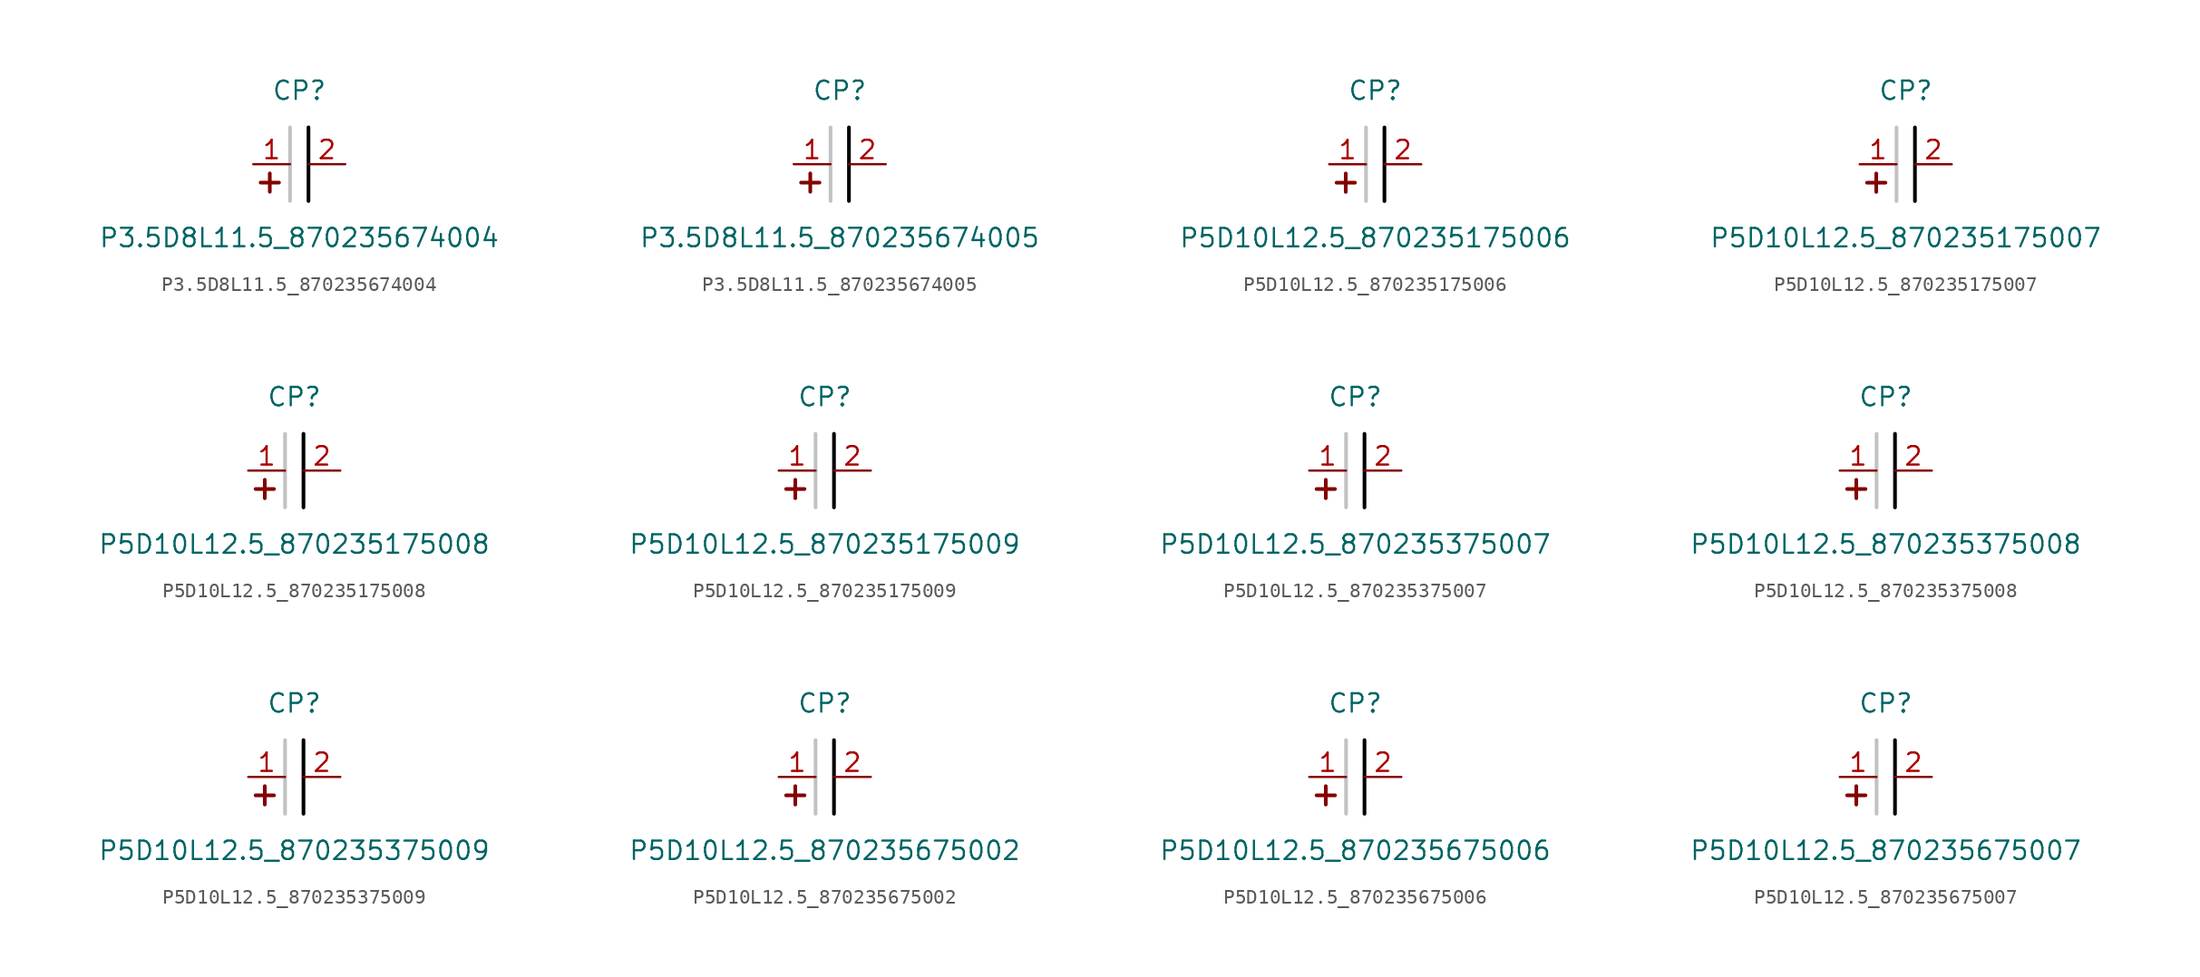
<source format=kicad_sym>
(kicad_symbol_lib
  (version 20220914)
  (generator kicad_symbol_editor)
  (symbol "P3.5D8L11.5_870235674004"
    (pin_names hide)
    (property "Reference" "CP"
      (at 0 5.08 0)
      (effects (font (size 1.27 1.27))))
    (property "Value" "P3.5D8L11.5_870235674004"
      (at 0 -5.08 0)
      (effects (font (size 1.27 1.27))))
    (symbol "P3.5D8L11.5_870235674004_1_1"
      (polyline (pts (xy -2.667 -1.27) (xy -1.397 -1.27)) (stroke (width 0.254) (type default)) (fill (type none)))
      (polyline (pts (xy -2.032 -0.635) (xy -2.032 -1.905)) (stroke (width 0.254) (type default)) (fill (type none)))
      (polyline (pts (xy -0.635 2.54) (xy -0.635 -2.54)) (stroke (width 0.254) (type default) (color 194 194 194 1)) (fill (type none)))
      (polyline (pts (xy 0.635 2.54) (xy 0.635 -2.54)) (stroke (width 0.254) (type default) (color 0 0 0 1)) (fill (type none)))
      (pin passive line (at -3.175 0 0) (length 2.54) (name "1" (effects (font (size 1.27 1.27)))) (number "1" (effects (font (size 1.27 1.27)))))
      (pin passive line (at 3.175 0 180) (length 2.54) (name "2" (effects (font (size 1.27 1.27)))) (number "2" (effects (font (size 1.27 1.27)))))))
  (symbol "P3.5D8L11.5_870235674005"
    (pin_names hide)
    (property "Reference" "CP"
      (at 0 5.08 0)
      (effects (font (size 1.27 1.27))))
    (property "Value" "P3.5D8L11.5_870235674005"
      (at 0 -5.08 0)
      (effects (font (size 1.27 1.27))))
    (symbol "P3.5D8L11.5_870235674005_1_1"
      (polyline (pts (xy -2.667 -1.27) (xy -1.397 -1.27)) (stroke (width 0.254) (type default)) (fill (type none)))
      (polyline (pts (xy -2.032 -0.635) (xy -2.032 -1.905)) (stroke (width 0.254) (type default)) (fill (type none)))
      (polyline (pts (xy -0.635 2.54) (xy -0.635 -2.54)) (stroke (width 0.254) (type default) (color 194 194 194 1)) (fill (type none)))
      (polyline (pts (xy 0.635 2.54) (xy 0.635 -2.54)) (stroke (width 0.254) (type default) (color 0 0 0 1)) (fill (type none)))
      (pin passive line (at -3.175 0 0) (length 2.54) (name "1" (effects (font (size 1.27 1.27)))) (number "1" (effects (font (size 1.27 1.27)))))
      (pin passive line (at 3.175 0 180) (length 2.54) (name "2" (effects (font (size 1.27 1.27)))) (number "2" (effects (font (size 1.27 1.27)))))))
  (symbol "P5D10L12.5_870235175006"
    (pin_names hide)
    (property "Reference" "CP"
      (at 0 5.08 0)
      (effects (font (size 1.27 1.27))))
    (property "Value" "P5D10L12.5_870235175006"
      (at 0 -5.08 0)
      (effects (font (size 1.27 1.27))))
    (symbol "P5D10L12.5_870235175006_1_1"
      (polyline (pts (xy -2.667 -1.27) (xy -1.397 -1.27)) (stroke (width 0.254) (type default)) (fill (type none)))
      (polyline (pts (xy -2.032 -0.635) (xy -2.032 -1.905)) (stroke (width 0.254) (type default)) (fill (type none)))
      (polyline (pts (xy -0.635 2.54) (xy -0.635 -2.54)) (stroke (width 0.254) (type default) (color 194 194 194 1)) (fill (type none)))
      (polyline (pts (xy 0.635 2.54) (xy 0.635 -2.54)) (stroke (width 0.254) (type default) (color 0 0 0 1)) (fill (type none)))
      (pin passive line (at -3.175 0 0) (length 2.54) (name "1" (effects (font (size 1.27 1.27)))) (number "1" (effects (font (size 1.27 1.27)))))
      (pin passive line (at 3.175 0 180) (length 2.54) (name "2" (effects (font (size 1.27 1.27)))) (number "2" (effects (font (size 1.27 1.27)))))))
  (symbol "P5D10L12.5_870235175007"
    (pin_names hide)
    (property "Reference" "CP"
      (at 0 5.08 0)
      (effects (font (size 1.27 1.27))))
    (property "Value" "P5D10L12.5_870235175007"
      (at 0 -5.08 0)
      (effects (font (size 1.27 1.27))))
    (symbol "P5D10L12.5_870235175007_1_1"
      (polyline (pts (xy -2.667 -1.27) (xy -1.397 -1.27)) (stroke (width 0.254) (type default)) (fill (type none)))
      (polyline (pts (xy -2.032 -0.635) (xy -2.032 -1.905)) (stroke (width 0.254) (type default)) (fill (type none)))
      (polyline (pts (xy -0.635 2.54) (xy -0.635 -2.54)) (stroke (width 0.254) (type default) (color 194 194 194 1)) (fill (type none)))
      (polyline (pts (xy 0.635 2.54) (xy 0.635 -2.54)) (stroke (width 0.254) (type default) (color 0 0 0 1)) (fill (type none)))
      (pin passive line (at -3.175 0 0) (length 2.54) (name "1" (effects (font (size 1.27 1.27)))) (number "1" (effects (font (size 1.27 1.27)))))
      (pin passive line (at 3.175 0 180) (length 2.54) (name "2" (effects (font (size 1.27 1.27)))) (number "2" (effects (font (size 1.27 1.27)))))))
  (symbol "P5D10L12.5_870235175008"
    (pin_names hide)
    (property "Reference" "CP"
      (at 0 5.08 0)
      (effects (font (size 1.27 1.27))))
    (property "Value" "P5D10L12.5_870235175008"
      (at 0 -5.08 0)
      (effects (font (size 1.27 1.27))))
    (symbol "P5D10L12.5_870235175008_1_1"
      (polyline (pts (xy -2.667 -1.27) (xy -1.397 -1.27)) (stroke (width 0.254) (type default)) (fill (type none)))
      (polyline (pts (xy -2.032 -0.635) (xy -2.032 -1.905)) (stroke (width 0.254) (type default)) (fill (type none)))
      (polyline (pts (xy -0.635 2.54) (xy -0.635 -2.54)) (stroke (width 0.254) (type default) (color 194 194 194 1)) (fill (type none)))
      (polyline (pts (xy 0.635 2.54) (xy 0.635 -2.54)) (stroke (width 0.254) (type default) (color 0 0 0 1)) (fill (type none)))
      (pin passive line (at -3.175 0 0) (length 2.54) (name "1" (effects (font (size 1.27 1.27)))) (number "1" (effects (font (size 1.27 1.27)))))
      (pin passive line (at 3.175 0 180) (length 2.54) (name "2" (effects (font (size 1.27 1.27)))) (number "2" (effects (font (size 1.27 1.27)))))))
  (symbol "P5D10L12.5_870235175009"
    (pin_names hide)
    (property "Reference" "CP"
      (at 0 5.08 0)
      (effects (font (size 1.27 1.27))))
    (property "Value" "P5D10L12.5_870235175009"
      (at 0 -5.08 0)
      (effects (font (size 1.27 1.27))))
    (symbol "P5D10L12.5_870235175009_1_1"
      (polyline (pts (xy -2.667 -1.27) (xy -1.397 -1.27)) (stroke (width 0.254) (type default)) (fill (type none)))
      (polyline (pts (xy -2.032 -0.635) (xy -2.032 -1.905)) (stroke (width 0.254) (type default)) (fill (type none)))
      (polyline (pts (xy -0.635 2.54) (xy -0.635 -2.54)) (stroke (width 0.254) (type default) (color 194 194 194 1)) (fill (type none)))
      (polyline (pts (xy 0.635 2.54) (xy 0.635 -2.54)) (stroke (width 0.254) (type default) (color 0 0 0 1)) (fill (type none)))
      (pin passive line (at -3.175 0 0) (length 2.54) (name "1" (effects (font (size 1.27 1.27)))) (number "1" (effects (font (size 1.27 1.27)))))
      (pin passive line (at 3.175 0 180) (length 2.54) (name "2" (effects (font (size 1.27 1.27)))) (number "2" (effects (font (size 1.27 1.27)))))))
  (symbol "P5D10L12.5_870235375007"
    (pin_names hide)
    (property "Reference" "CP"
      (at 0 5.08 0)
      (effects (font (size 1.27 1.27))))
    (property "Value" "P5D10L12.5_870235375007"
      (at 0 -5.08 0)
      (effects (font (size 1.27 1.27))))
    (symbol "P5D10L12.5_870235375007_1_1"
      (polyline (pts (xy -2.667 -1.27) (xy -1.397 -1.27)) (stroke (width 0.254) (type default)) (fill (type none)))
      (polyline (pts (xy -2.032 -0.635) (xy -2.032 -1.905)) (stroke (width 0.254) (type default)) (fill (type none)))
      (polyline (pts (xy -0.635 2.54) (xy -0.635 -2.54)) (stroke (width 0.254) (type default) (color 194 194 194 1)) (fill (type none)))
      (polyline (pts (xy 0.635 2.54) (xy 0.635 -2.54)) (stroke (width 0.254) (type default) (color 0 0 0 1)) (fill (type none)))
      (pin passive line (at -3.175 0 0) (length 2.54) (name "1" (effects (font (size 1.27 1.27)))) (number "1" (effects (font (size 1.27 1.27)))))
      (pin passive line (at 3.175 0 180) (length 2.54) (name "2" (effects (font (size 1.27 1.27)))) (number "2" (effects (font (size 1.27 1.27)))))))
  (symbol "P5D10L12.5_870235375008"
    (pin_names hide)
    (property "Reference" "CP"
      (at 0 5.08 0)
      (effects (font (size 1.27 1.27))))
    (property "Value" "P5D10L12.5_870235375008"
      (at 0 -5.08 0)
      (effects (font (size 1.27 1.27))))
    (symbol "P5D10L12.5_870235375008_1_1"
      (polyline (pts (xy -2.667 -1.27) (xy -1.397 -1.27)) (stroke (width 0.254) (type default)) (fill (type none)))
      (polyline (pts (xy -2.032 -0.635) (xy -2.032 -1.905)) (stroke (width 0.254) (type default)) (fill (type none)))
      (polyline (pts (xy -0.635 2.54) (xy -0.635 -2.54)) (stroke (width 0.254) (type default) (color 194 194 194 1)) (fill (type none)))
      (polyline (pts (xy 0.635 2.54) (xy 0.635 -2.54)) (stroke (width 0.254) (type default) (color 0 0 0 1)) (fill (type none)))
      (pin passive line (at -3.175 0 0) (length 2.54) (name "1" (effects (font (size 1.27 1.27)))) (number "1" (effects (font (size 1.27 1.27)))))
      (pin passive line (at 3.175 0 180) (length 2.54) (name "2" (effects (font (size 1.27 1.27)))) (number "2" (effects (font (size 1.27 1.27)))))))
  (symbol "P5D10L12.5_870235375009"
    (pin_names hide)
    (property "Reference" "CP"
      (at 0 5.08 0)
      (effects (font (size 1.27 1.27))))
    (property "Value" "P5D10L12.5_870235375009"
      (at 0 -5.08 0)
      (effects (font (size 1.27 1.27))))
    (symbol "P5D10L12.5_870235375009_1_1"
      (polyline (pts (xy -2.667 -1.27) (xy -1.397 -1.27)) (stroke (width 0.254) (type default)) (fill (type none)))
      (polyline (pts (xy -2.032 -0.635) (xy -2.032 -1.905)) (stroke (width 0.254) (type default)) (fill (type none)))
      (polyline (pts (xy -0.635 2.54) (xy -0.635 -2.54)) (stroke (width 0.254) (type default) (color 194 194 194 1)) (fill (type none)))
      (polyline (pts (xy 0.635 2.54) (xy 0.635 -2.54)) (stroke (width 0.254) (type default) (color 0 0 0 1)) (fill (type none)))
      (pin passive line (at -3.175 0 0) (length 2.54) (name "1" (effects (font (size 1.27 1.27)))) (number "1" (effects (font (size 1.27 1.27)))))
      (pin passive line (at 3.175 0 180) (length 2.54) (name "2" (effects (font (size 1.27 1.27)))) (number "2" (effects (font (size 1.27 1.27)))))))
  (symbol "P5D10L12.5_870235675002"
    (pin_names hide)
    (property "Reference" "CP"
      (at 0 5.08 0)
      (effects (font (size 1.27 1.27))))
    (property "Value" "P5D10L12.5_870235675002"
      (at 0 -5.08 0)
      (effects (font (size 1.27 1.27))))
    (symbol "P5D10L12.5_870235675002_1_1"
      (polyline (pts (xy -2.667 -1.27) (xy -1.397 -1.27)) (stroke (width 0.254) (type default)) (fill (type none)))
      (polyline (pts (xy -2.032 -0.635) (xy -2.032 -1.905)) (stroke (width 0.254) (type default)) (fill (type none)))
      (polyline (pts (xy -0.635 2.54) (xy -0.635 -2.54)) (stroke (width 0.254) (type default) (color 194 194 194 1)) (fill (type none)))
      (polyline (pts (xy 0.635 2.54) (xy 0.635 -2.54)) (stroke (width 0.254) (type default) (color 0 0 0 1)) (fill (type none)))
      (pin passive line (at -3.175 0 0) (length 2.54) (name "1" (effects (font (size 1.27 1.27)))) (number "1" (effects (font (size 1.27 1.27)))))
      (pin passive line (at 3.175 0 180) (length 2.54) (name "2" (effects (font (size 1.27 1.27)))) (number "2" (effects (font (size 1.27 1.27)))))))
  (symbol "P5D10L12.5_870235675006"
    (pin_names hide)
    (property "Reference" "CP"
      (at 0 5.08 0)
      (effects (font (size 1.27 1.27))))
    (property "Value" "P5D10L12.5_870235675006"
      (at 0 -5.08 0)
      (effects (font (size 1.27 1.27))))
    (symbol "P5D10L12.5_870235675006_1_1"
      (polyline (pts (xy -2.667 -1.27) (xy -1.397 -1.27)) (stroke (width 0.254) (type default)) (fill (type none)))
      (polyline (pts (xy -2.032 -0.635) (xy -2.032 -1.905)) (stroke (width 0.254) (type default)) (fill (type none)))
      (polyline (pts (xy -0.635 2.54) (xy -0.635 -2.54)) (stroke (width 0.254) (type default) (color 194 194 194 1)) (fill (type none)))
      (polyline (pts (xy 0.635 2.54) (xy 0.635 -2.54)) (stroke (width 0.254) (type default) (color 0 0 0 1)) (fill (type none)))
      (pin passive line (at -3.175 0 0) (length 2.54) (name "1" (effects (font (size 1.27 1.27)))) (number "1" (effects (font (size 1.27 1.27)))))
      (pin passive line (at 3.175 0 180) (length 2.54) (name "2" (effects (font (size 1.27 1.27)))) (number "2" (effects (font (size 1.27 1.27)))))))
  (symbol "P5D10L12.5_870235675007"
    (pin_names hide)
    (property "Reference" "CP"
      (at 0 5.08 0)
      (effects (font (size 1.27 1.27))))
    (property "Value" "P5D10L12.5_870235675007"
      (at 0 -5.08 0)
      (effects (font (size 1.27 1.27))))
    (symbol "P5D10L12.5_870235675007_1_1"
      (polyline (pts (xy -2.667 -1.27) (xy -1.397 -1.27)) (stroke (width 0.254) (type default)) (fill (type none)))
      (polyline (pts (xy -2.032 -0.635) (xy -2.032 -1.905)) (stroke (width 0.254) (type default)) (fill (type none)))
      (polyline (pts (xy -0.635 2.54) (xy -0.635 -2.54)) (stroke (width 0.254) (type default) (color 194 194 194 1)) (fill (type none)))
      (polyline (pts (xy 0.635 2.54) (xy 0.635 -2.54)) (stroke (width 0.254) (type default) (color 0 0 0 1)) (fill (type none)))
      (pin passive line (at -3.175 0 0) (length 2.54) (name "1" (effects (font (size 1.27 1.27)))) (number "1" (effects (font (size 1.27 1.27)))))
      (pin passive line (at 3.175 0 180) (length 2.54) (name "2" (effects (font (size 1.27 1.27)))) (number "2" (effects (font (size 1.27 1.27))))))))
</source>
